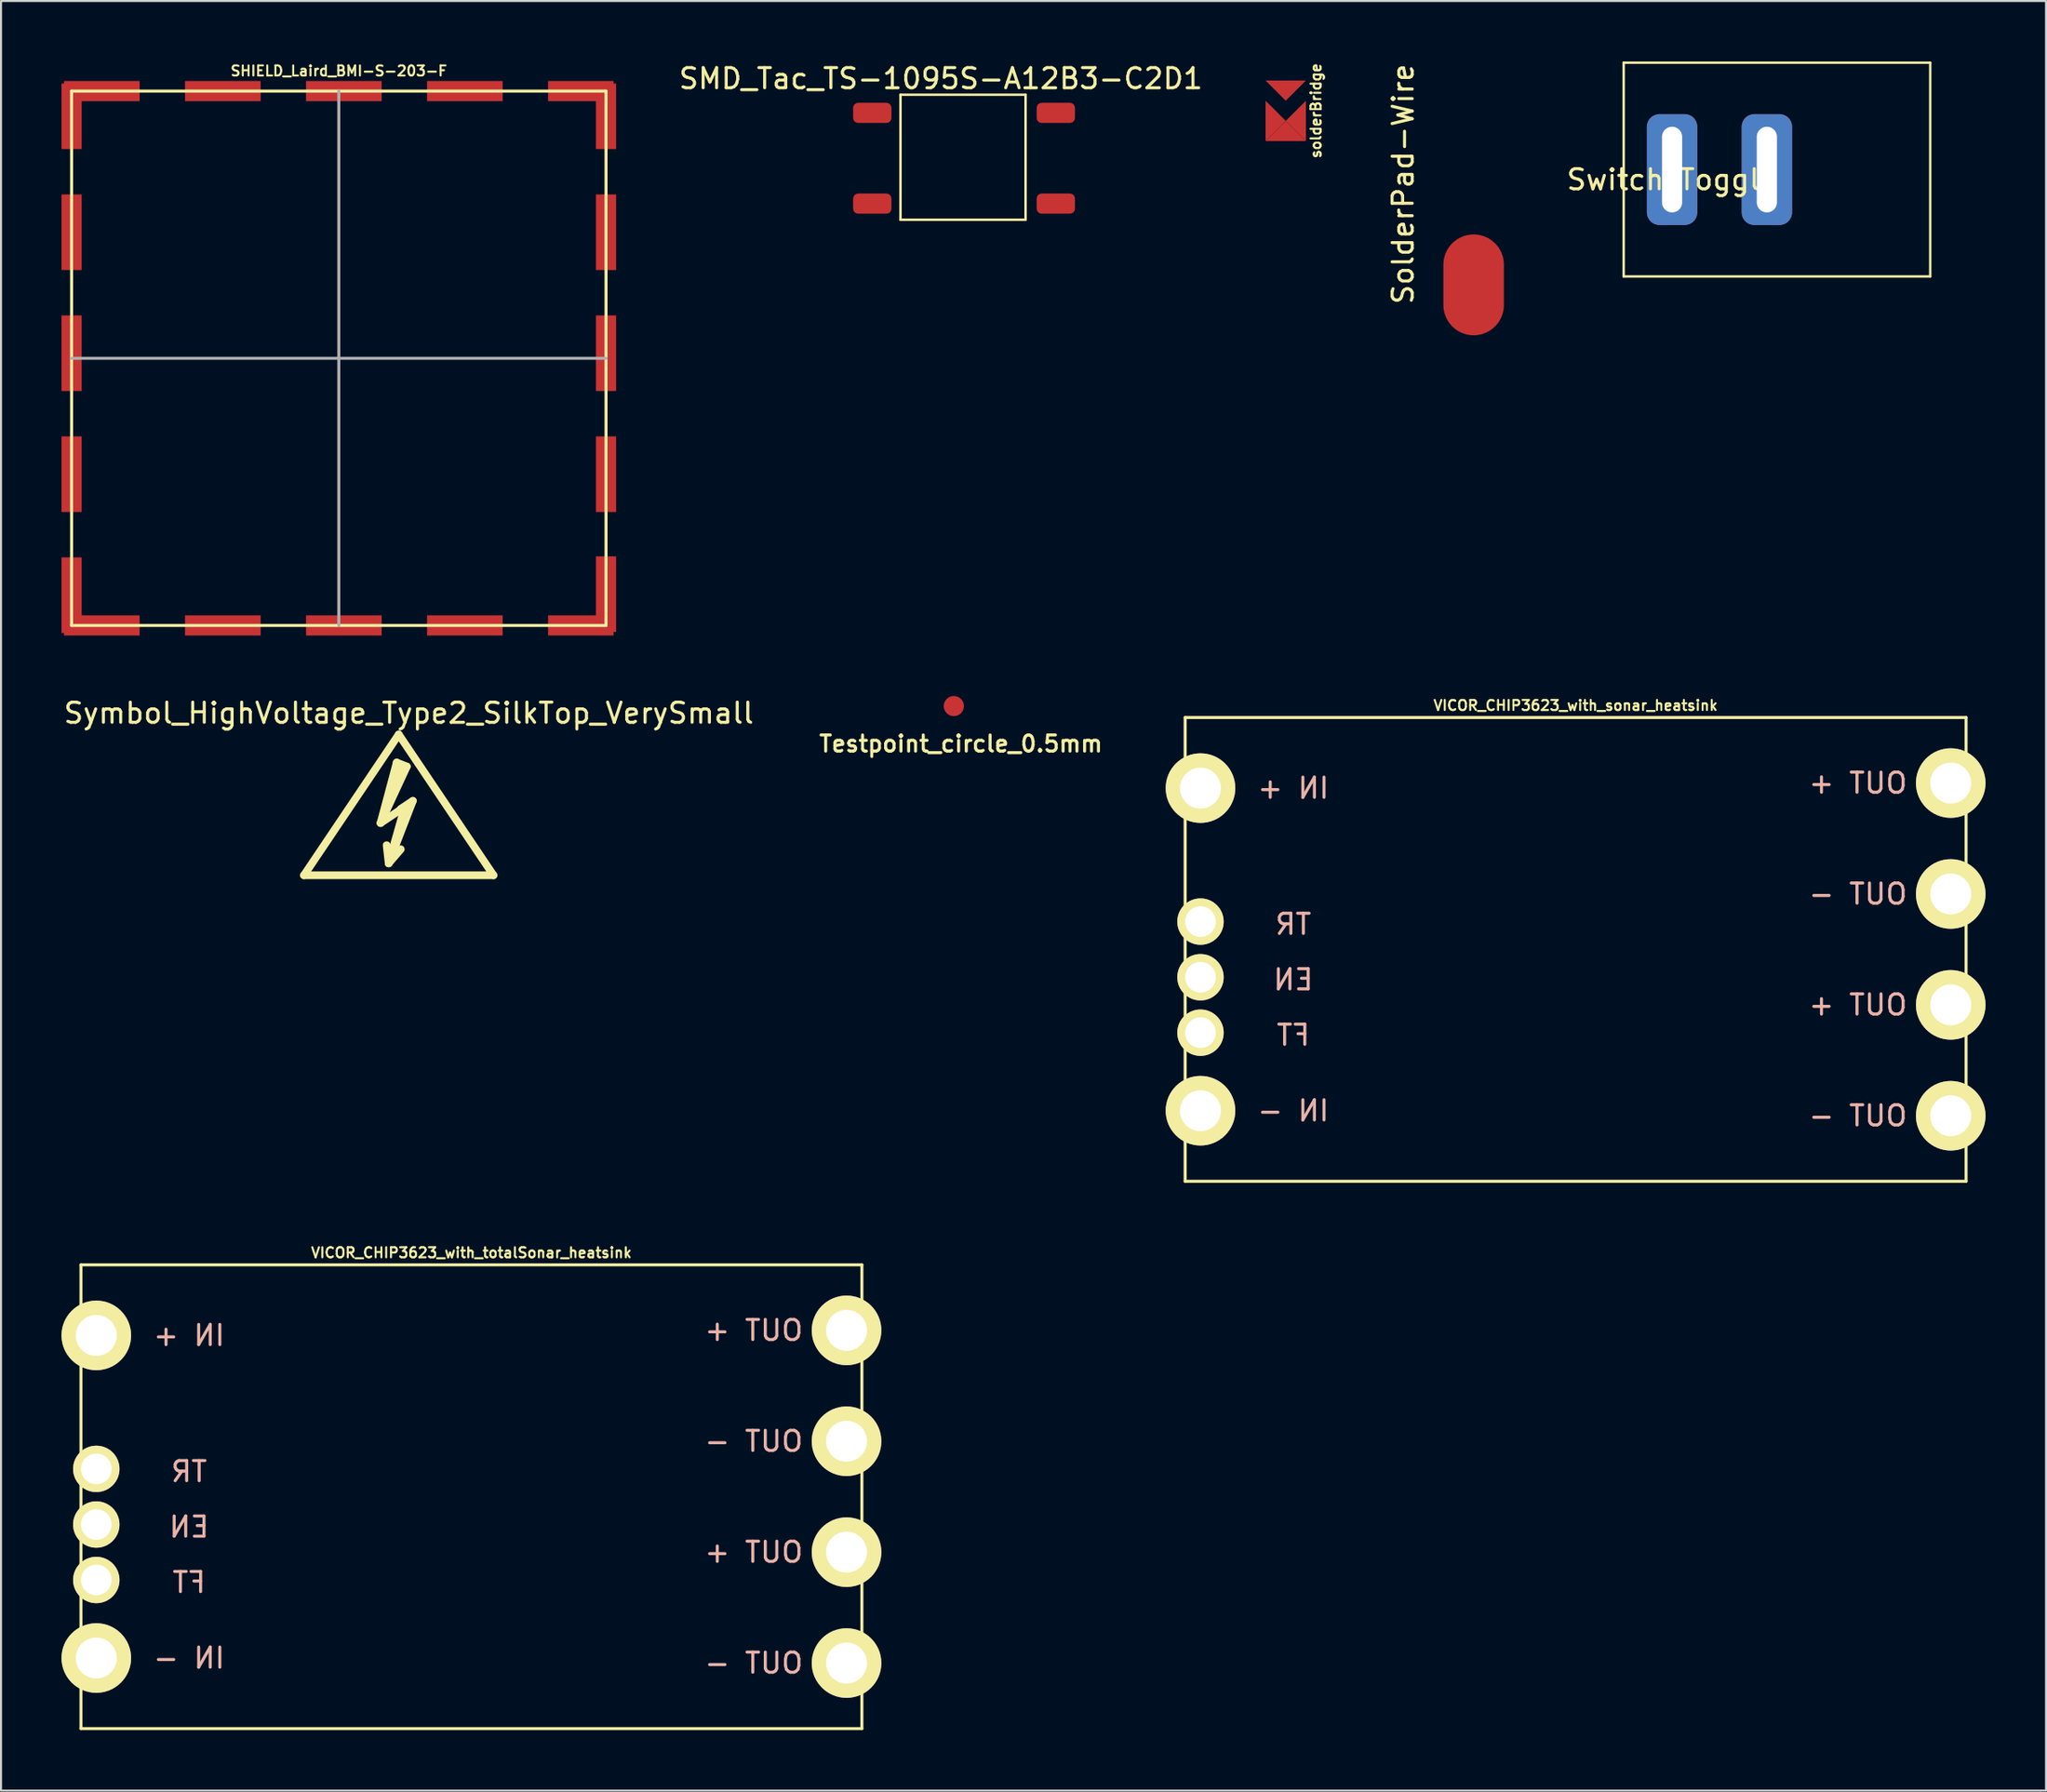
<source format=kicad_pcb>
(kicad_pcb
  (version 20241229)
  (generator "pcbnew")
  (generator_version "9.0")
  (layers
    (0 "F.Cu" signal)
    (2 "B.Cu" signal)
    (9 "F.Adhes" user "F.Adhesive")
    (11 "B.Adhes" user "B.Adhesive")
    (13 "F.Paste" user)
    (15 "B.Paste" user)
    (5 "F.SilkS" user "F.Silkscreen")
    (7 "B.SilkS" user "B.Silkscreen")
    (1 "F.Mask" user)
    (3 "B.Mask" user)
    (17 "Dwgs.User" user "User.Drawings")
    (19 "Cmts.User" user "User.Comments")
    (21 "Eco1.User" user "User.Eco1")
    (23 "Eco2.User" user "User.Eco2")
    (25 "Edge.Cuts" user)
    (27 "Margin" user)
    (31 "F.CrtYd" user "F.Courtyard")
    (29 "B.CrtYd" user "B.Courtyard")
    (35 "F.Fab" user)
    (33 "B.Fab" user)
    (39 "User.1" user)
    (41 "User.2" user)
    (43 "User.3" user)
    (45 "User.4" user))
  (footprint "VICOR_CHIP3623_with_totalSonar_heatsink"
    (layer "F.Cu")
    (at 20.325 71.179)
    (property "Reference" "VICOR_CHIP3623_with_totalSonar_heatsink" (at 0 -12.1 0) (layer "F.SilkS") (effects (font (size 0.5 0.5) (thickness 0.1))))
    (attr through_hole)
    (fp_line (start -19.36 -11.5) (end -19.36 11.5) (stroke (width 0.15) (type solid)) (layer "F.SilkS"))
    (fp_line (start -19.36 11.5) (end 19.36 11.5) (stroke (width 0.15) (type solid)) (layer "F.SilkS"))
    (fp_line (start 19.36 -11.5) (end -19.36 -11.5) (stroke (width 0.15) (type solid)) (layer "F.SilkS"))
    (fp_line (start 19.36 11.5) (end 19.36 -11.5) (stroke (width 0.15) (type solid)) (layer "F.SilkS"))
    (fp_text user "TR" (at -14 -1.25 0) (layer "B.SilkS") (effects (font (size 1 1) (thickness 0.15)) (justify mirror)))
    (fp_text user "OUT +" (at 14 2.75 0) (layer "B.SilkS") (effects (font (size 1 1) (thickness 0.15)) (justify mirror)))
    (fp_text user "EN" (at -14 1.5 0) (layer "B.SilkS") (effects (font (size 1 1) (thickness 0.15)) (justify mirror)))
    (fp_text user "IN -" (at -14 8 0) (layer "B.SilkS") (effects (font (size 1 1) (thickness 0.15)) (justify mirror)))
    (fp_text user "IN +" (at -14 -8 0) (layer "B.SilkS") (effects (font (size 1 1) (thickness 0.15)) (justify mirror)))
    (fp_text user "FT" (at -14 4.25 0) (layer "B.SilkS") (effects (font (size 1 1) (thickness 0.15)) (justify mirror)))
    (fp_text user "OUT -" (at 14 8.25 0) (layer "B.SilkS") (effects (font (size 1 1) (thickness 0.15)) (justify mirror)))
    (fp_text user "OUT -" (at 14 -2.75 0) (layer "B.SilkS") (effects (font (size 1 1) (thickness 0.15)) (justify mirror)))
    (fp_text user "OUT +" (at 14 -8.25 0) (layer "B.SilkS") (effects (font (size 1 1) (thickness 0.15)) (justify mirror)))
    (pad "1" thru_hole circle (at -18.6 -8) (size 3.45 3.45) (drill 2.03) (layers "*.Cu" "*.Mask" "F.SilkS"))
    (pad "2" thru_hole circle (at -18.6 -1.38) (size 2.3 2.3) (drill 1.52) (layers "*.Cu" "*.Mask" "F.SilkS"))
    (pad "3" thru_hole circle (at -18.6 1.38) (size 2.3 2.3) (drill 1.52) (layers "*.Cu" "*.Mask" "F.SilkS"))
    (pad "4" thru_hole circle (at -18.6 4.13) (size 2.3 2.3) (drill 1.52) (layers "*.Cu" "*.Mask" "F.SilkS"))
    (pad "5" thru_hole circle (at -18.6 8) (size 3.45 3.45) (drill 2.03) (layers "*.Cu" "*.Mask" "F.SilkS"))
    (pad "6" thru_hole circle (at 18.6 -8.25) (size 3.45 3.45) (drill 2.03) (layers "*.Cu" "*.Mask" "F.SilkS"))
    (pad "6" thru_hole circle (at 18.6 2.75) (size 3.45 3.45) (drill 2.03) (layers "*.Cu" "*.Mask" "F.SilkS"))
    (pad "7" thru_hole circle (at 18.6 -2.75) (size 3.45 3.45) (drill 2.03) (layers "*.Cu" "*.Mask" "F.SilkS"))
    (pad "7" thru_hole circle (at 18.6 8.25) (size 3.45 3.45) (drill 2.03) (layers "*.Cu" "*.Mask" "F.SilkS")))
  (footprint "Switch_Toggle"
    (layer "F.Cu")
    (at 79.858 5.36)
    (property "Reference" "Switch_Toggle" (at 0 0.5 0) (layer "F.SilkS") (effects (font (size 1 1) (thickness 0.15))))
    (attr through_hole)
    (fp_line (start -2.4 -5.3) (end 12.8 -5.3) (stroke (width 0.12) (type solid)) (layer "F.SilkS"))
    (fp_line (start -2.4 5.3) (end -2.4 -5.3) (stroke (width 0.12) (type solid)) (layer "F.SilkS"))
    (fp_line (start 12.8 -5.3) (end 12.8 5.3) (stroke (width 0.12) (type solid)) (layer "F.SilkS"))
    (fp_line (start 12.8 5.3) (end -2.4 5.3) (stroke (width 0.12) (type solid)) (layer "F.SilkS"))
    (pad "1" thru_hole roundrect (at 0 0) (size 2.5 5.5) (drill oval 1 4.25) (layers "*.Cu" "*.Mask") (roundrect_rratio 0.25))
    (pad "2" thru_hole roundrect (at 4.7 0) (size 2.5 5.5) (drill oval 1 4.25) (layers "*.Cu" "*.Mask") (roundrect_rratio 0.25)))
  (footprint "SMD_Tac_TS-1095S-A12B3-C2D1"
    (layer "F.Cu")
    (at 40.201 2.548)
    (property "Reference" "SMD_Tac_TS-1095S-A12B3-C2D1" (at 3.4 -1.7 0) (layer "F.SilkS") (effects (font (size 1 1) (thickness 0.15))))
    (attr through_hole)
    (fp_line (start 1.4 -0.9) (end 7.6 -0.9) (stroke (width 0.12) (type solid)) (layer "F.SilkS"))
    (fp_line (start 1.4 5.3) (end 1.4 -0.9) (stroke (width 0.12) (type solid)) (layer "F.SilkS"))
    (fp_line (start 7.6 -0.9) (end 7.6 5.3) (stroke (width 0.12) (type solid)) (layer "F.SilkS"))
    (fp_line (start 7.6 5.3) (end 1.4 5.3) (stroke (width 0.12) (type solid)) (layer "F.SilkS"))
    (pad "1" smd roundrect (at 0 4.5) (size 1.9 1) (layers "F.Cu" "F.Mask" "F.Paste") (roundrect_rratio 0.25))
    (pad "2" smd roundrect (at 0 0) (size 1.9 1) (layers "F.Cu" "F.Mask" "F.Paste") (roundrect_rratio 0.25))
    (pad "3" smd roundrect (at 9.1 4.5) (size 1.9 1) (layers "F.Cu" "F.Mask" "F.Paste") (roundrect_rratio 0.25))
    (pad "4" smd roundrect (at 9.1 0) (size 1.9 1) (layers "F.Cu" "F.Mask" "F.Paste") (roundrect_rratio 0.25)))
  (footprint "Testpoint_circle_0.5mm"
    (layer "F.Cu")
    (at 44.245 31.968)
    (property "Reference" "Testpoint_circle_0.5mm" (at 0.35 1.87 0) (layer "F.SilkS") (effects (font (size 0.8 0.8) (thickness 0.15))))
    (attr through_hole)
    (pad "1" smd circle (at 0 0) (size 1 1) (layers "F.Cu" "F.Mask" "F.Paste")))
  (footprint "Symbol_HighVoltage_Type2_SilkTop_VerySmall"
    (layer "F.Cu")
    (at 16.72 37.566)
    (property "Reference" "Symbol_HighVoltage_Type2_SilkTop_VerySmall" (at 0.5 -5.25 0) (layer "F.SilkS") (effects (font (size 1 1) (thickness 0.15))))
    (attr through_hole)
    (fp_line (start -4.699 2.794) (end 0 -4.191) (stroke (width 0.381) (type solid)) (layer "F.SilkS"))
    (fp_line (start -0.899 0.201) (end 0.3 -0.599) (stroke (width 0.381) (type solid)) (layer "F.SilkS"))
    (fp_line (start -0.899 0.201) (end 0.401 -2.601) (stroke (width 0.381) (type solid)) (layer "F.SilkS"))
    (fp_line (start -0.498 2.2) (end -0.599 1.3) (stroke (width 0.381) (type solid)) (layer "F.SilkS"))
    (fp_line (start -0.498 2.2) (end 0.102 1.501) (stroke (width 0.381) (type solid)) (layer "F.SilkS"))
    (fp_line (start -0.498 2.2) (end 0.701 -0.899) (stroke (width 0.381) (type solid)) (layer "F.SilkS"))
    (fp_line (start -0.1 -2.8) (end 0.4 -2.6) (stroke (width 0.381) (type solid)) (layer "F.SilkS"))
    (fp_line (start -0.099 -2.799) (end -0.899 0.201) (stroke (width 0.381) (type solid)) (layer "F.SilkS"))
    (fp_line (start 0 -4.191) (end 4.699 2.794) (stroke (width 0.381) (type solid)) (layer "F.SilkS"))
    (fp_line (start 0.1 -2.625) (end -0.15 -1.95) (stroke (width 0.381) (type solid)) (layer "F.SilkS"))
    (fp_line (start 0.3 -0.599) (end -0.498 2.2) (stroke (width 0.381) (type solid)) (layer "F.SilkS"))
    (fp_line (start 0.701 -0.899) (end 0.102 -0.5) (stroke (width 0.381) (type solid)) (layer "F.SilkS"))
    (fp_line (start 4.699 2.794) (end -4.699 2.794) (stroke (width 0.381) (type solid)) (layer "F.SilkS")))
  (footprint "solderBridge"
    (layer "F.Cu")
    (at 60.702 2.445)
    (property "Reference" "solderBridge" (at 1.5 0 90) (layer "F.SilkS") (effects (font (size 0.5 0.5) (thickness 0.1))))
    (attr through_hole)
    (pad "1" smd trapezoid (at 0 -1) (size 1 1) (rect_delta 0 -0.999) (layers "F.Cu" "F.Mask" "F.Paste"))
    (pad "2" smd trapezoid (at -0.5 0.5 90) (size 1 1) (rect_delta 0 -0.999) (layers "F.Cu" "F.Mask" "F.Paste"))
    (pad "2" smd trapezoid (at 0 1 180) (size 1 1) (rect_delta 0 -0.999) (layers "F.Cu" "F.Mask" "F.Paste"))
    (pad "2" smd trapezoid (at 0.5 0.5 270) (size 1 1) (rect_delta 0 -0.999) (layers "F.Cu" "F.Mask" "F.Paste")))
  (footprint "VICOR_CHIP3623_with_sonar_heatsink"
    (layer "F.Cu")
    (at 75.075 44.036)
    (property "Reference" "VICOR_CHIP3623_with_sonar_heatsink" (at 0 -12.1 0) (layer "F.SilkS") (effects (font (size 0.5 0.5) (thickness 0.1))))
    (attr through_hole)
    (fp_line (start -19.36 -11.5) (end -19.36 11.5) (stroke (width 0.15) (type solid)) (layer "F.SilkS"))
    (fp_line (start -19.36 11.5) (end 19.36 11.5) (stroke (width 0.15) (type solid)) (layer "F.SilkS"))
    (fp_line (start 19.36 -11.5) (end -19.36 -11.5) (stroke (width 0.15) (type solid)) (layer "F.SilkS"))
    (fp_line (start 19.36 11.5) (end 19.36 -11.5) (stroke (width 0.15) (type solid)) (layer "F.SilkS"))
    (fp_text user "IN -" (at -14 8 0) (layer "B.SilkS") (effects (font (size 1 1) (thickness 0.15)) (justify mirror)))
    (fp_text user "OUT +" (at 14 2.75 0) (layer "B.SilkS") (effects (font (size 1 1) (thickness 0.15)) (justify mirror)))
    (fp_text user "TR" (at -14 -1.25 0) (layer "B.SilkS") (effects (font (size 1 1) (thickness 0.15)) (justify mirror)))
    (fp_text user "OUT -" (at 14 -2.75 0) (layer "B.SilkS") (effects (font (size 1 1) (thickness 0.15)) (justify mirror)))
    (fp_text user "FT" (at -14 4.25 0) (layer "B.SilkS") (effects (font (size 1 1) (thickness 0.15)) (justify mirror)))
    (fp_text user "OUT -" (at 14 8.25 0) (layer "B.SilkS") (effects (font (size 1 1) (thickness 0.15)) (justify mirror)))
    (fp_text user "IN +" (at -14 -8 0) (layer "B.SilkS") (effects (font (size 1 1) (thickness 0.15)) (justify mirror)))
    (fp_text user "OUT +" (at 14 -8.25 0) (layer "B.SilkS") (effects (font (size 1 1) (thickness 0.15)) (justify mirror)))
    (fp_text user "EN" (at -14 1.5 0) (layer "B.SilkS") (effects (font (size 1 1) (thickness 0.15)) (justify mirror)))
    (pad "1" thru_hole circle (at -18.6 -8) (size 3.45 3.45) (drill 2.03) (layers "*.Cu" "*.Mask" "F.SilkS"))
    (pad "2" thru_hole circle (at -18.6 -1.38) (size 2.3 2.3) (drill 1.52) (layers "*.Cu" "*.Mask" "F.SilkS"))
    (pad "3" thru_hole circle (at -18.6 1.38) (size 2.3 2.3) (drill 1.52) (layers "*.Cu" "*.Mask" "F.SilkS"))
    (pad "4" thru_hole circle (at -18.6 4.13) (size 2.3 2.3) (drill 1.52) (layers "*.Cu" "*.Mask" "F.SilkS"))
    (pad "5" thru_hole circle (at -18.6 8) (size 3.45 3.45) (drill 2.03) (layers "*.Cu" "*.Mask" "F.SilkS"))
    (pad "6" thru_hole circle (at 18.6 -8.25) (size 3.45 3.45) (drill 2.03) (layers "*.Cu" "*.Mask" "F.SilkS"))
    (pad "6" thru_hole circle (at 18.6 2.75) (size 3.45 3.45) (drill 2.03) (layers "*.Cu" "*.Mask" "F.SilkS"))
    (pad "7" thru_hole circle (at 18.6 -2.75) (size 3.45 3.45) (drill 2.03) (layers "*.Cu" "*.Mask" "F.SilkS"))
    (pad "7" thru_hole circle (at 18.6 8.25) (size 3.45 3.45) (drill 2.03) (layers "*.Cu" "*.Mask" "F.SilkS")))
  (footprint "SHIELD_Laird_BMI-S-203-F"
    (layer "F.Cu")
    (at 13.75 14.718)
    (property "Reference" "SHIELD_Laird_BMI-S-203-F" (at 0 -14.25 0) (layer "F.SilkS") (effects (font (size 0.5 0.5) (thickness 0.1))))
    (attr through_hole)
    (fp_line (start -13.25 13.25) (end -13.25 -13.25) (stroke (width 0.15) (type solid)) (layer "F.SilkS"))
    (fp_line (start -13.25 13.25) (end 13.25 13.25) (stroke (width 0.15) (type solid)) (layer "F.SilkS"))
    (fp_line (start 13.25 -13.25) (end -13.25 -13.25) (stroke (width 0.15) (type solid)) (layer "F.SilkS"))
    (fp_line (start 13.25 13.25) (end 13.25 -13.25) (stroke (width 0.15) (type solid)) (layer "F.SilkS"))
    (fp_line (start -13.25 0) (end 13.25 0) (stroke (width 0.15) (type solid)) (layer "F.Fab"))
    (fp_line (start 0 13.25) (end 0 -13.25) (stroke (width 0.15) (type solid)) (layer "F.Fab"))
    (pad "1" smd rect (at -13.25 -12 90) (size 3.25 1) (layers "F.Cu" "F.Mask" "F.Paste"))
    (pad "1" smd rect (at -13.25 -6.25 90) (size 3.75 1) (layers "F.Cu" "F.Mask" "F.Paste"))
    (pad "1" smd rect (at -13.25 -0.25 90) (size 3.75 1) (layers "F.Cu" "F.Mask" "F.Paste"))
    (pad "1" smd rect (at -13.25 5.75 90) (size 3.75 1) (layers "F.Cu" "F.Mask" "F.Paste"))
    (pad "1" smd rect (at -13.25 11.75 90) (size 3.75 1) (layers "F.Cu" "F.Mask" "F.Paste"))
    (pad "1" smd rect (at -11.75 -13.25) (size 3.75 1) (layers "F.Cu" "F.Mask" "F.Paste"))
    (pad "1" smd rect (at -11.75 13.25) (size 3.75 1) (layers "F.Cu" "F.Mask" "F.Paste"))
    (pad "1" smd rect (at -5.75 -13.25) (size 3.75 1) (layers "F.Cu" "F.Mask" "F.Paste"))
    (pad "1" smd rect (at -5.75 13.25) (size 3.75 1) (layers "F.Cu" "F.Mask" "F.Paste"))
    (pad "1" smd rect (at 0.25 -13.25) (size 3.75 1) (layers "F.Cu" "F.Mask" "F.Paste"))
    (pad "1" smd rect (at 0.25 13.25) (size 3.75 1) (layers "F.Cu" "F.Mask" "F.Paste"))
    (pad "1" smd rect (at 6.25 -13.25) (size 3.75 1) (layers "F.Cu" "F.Mask" "F.Paste"))
    (pad "1" smd rect (at 6.25 13.25) (size 3.75 1) (layers "F.Cu" "F.Mask" "F.Paste"))
    (pad "1" smd rect (at 12 -13.25) (size 3.25 1) (layers "F.Cu" "F.Mask" "F.Paste"))
    (pad "1" smd rect (at 12 13.25) (size 3.25 1) (layers "F.Cu" "F.Mask" "F.Paste"))
    (pad "1" smd rect (at 13.25 -12 90) (size 3.25 1) (layers "F.Cu" "F.Mask" "F.Paste"))
    (pad "1" smd rect (at 13.25 -6.25 90) (size 3.75 1) (layers "F.Cu" "F.Mask" "F.Paste"))
    (pad "1" smd rect (at 13.25 -0.25 90) (size 3.75 1) (layers "F.Cu" "F.Mask" "F.Paste"))
    (pad "1" smd rect (at 13.25 5.75 90) (size 3.75 1) (layers "F.Cu" "F.Mask" "F.Paste"))
    (pad "1" smd rect (at 13.25 11.7 90) (size 3.75 1) (layers "F.Cu" "F.Mask" "F.Paste")))
  (footprint "SolderPad-Wire"
    (layer "F.Cu")
    (at 70.019 11.077)
    (property "Reference" "SolderPad-Wire" (at -3.5 -5 90) (layer "F.SilkS") (effects (font (size 1 1) (thickness 0.15))))
    (attr through_hole)
    (pad "1" smd oval (at 0 0 90) (size 5 3) (layers "F.Cu" "F.Mask" "F.Paste")))
  (gr_rect
    (start -3 -3)
    (end 98.4 85.754)
    (stroke (width 0.1) (type default))
    (fill no)
    (layer "Edge.Cuts")))
</source>
